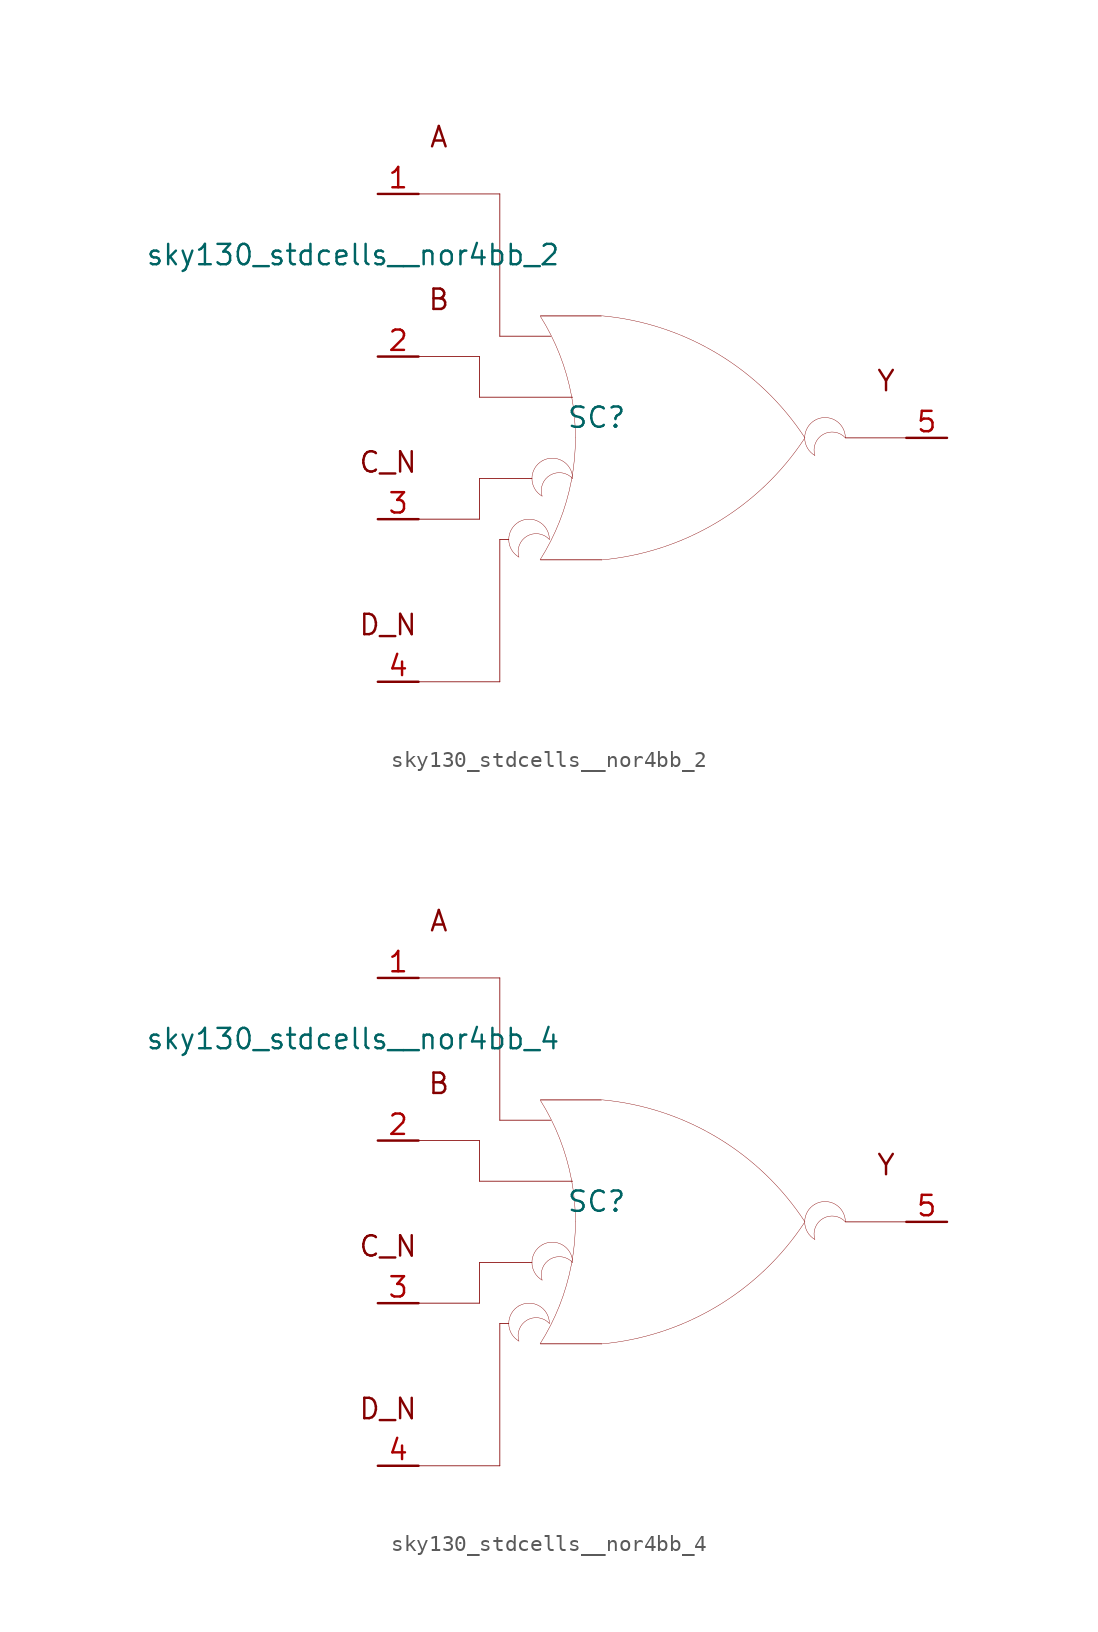
<source format=kicad_sym>
(kicad_symbol_lib
  (version 20211014)
  (generator kicad_symbol_editor)
  (symbol "sky130_stdcells__nor4bb_2"
    (pin_names hide)
    (property "Reference" "SC"
      (at -4.115 1.27 0)
      (effects (font (size 1.27 1.27))))
    (property "Value" "sky130_stdcells__nor4bb_2"
      (at -6.35 11.43 0)
      (effects (font (size 1.27 1.27)) (justify right)))
    (symbol "sky130_stdcells__nor4bb_2_0_0"
      (arc (start -8.9662 -5.2501) (mid -9.6012 -6.35) (end -8.9662 -7.4499) (stroke (width 0.0254) (type default) (color 0 0 0 0)) (fill (type none)))
      (arc (start -7.6405 -7.6142) (mid -6.983 -6.458) (end -6.4362 -5.2456) (stroke (width 0.0254) (type default) (color 0 0 0 0)) (fill (type none)))
      (arc (start -7.5184 -1.4401) (mid -8.1534 -2.54) (end -7.5184 -3.6399) (stroke (width 0.0254) (type default) (color 0 0 0 0)) (fill (type none)))
      (arc (start -7.0612 -6.35) (mid -8.9181 -5.8757) (end -8.9662 -7.4499) (stroke (width 0.0254) (type default) (color 0 0 0 0)) (fill (type none)))
      (arc (start -7.0612 -6.35) (mid -7.6962 -5.2502) (end -8.9662 -5.2501) (stroke (width 0.0254) (type default) (color 0 0 0 0)) (fill (type none)))
      (arc (start -6.4362 -5.2456) (mid -6.0013 -3.9755) (end -5.688 -2.6701) (stroke (width 0.0254) (type default) (color 0 0 0 0)) (fill (type none)))
      (arc (start -6.418 5.1993) (mid -6.9662 6.4248) (end -7.6273 7.5932) (stroke (width 0.0254) (type default) (color 0 0 0 0)) (fill (type none)))
      (arc (start -5.688 -2.6701) (mid -5.4988 -1.341) (end -5.4356 0) (stroke (width 0.0254) (type default) (color 0 0 0 0)) (fill (type none)))
      (arc (start -5.6834 2.6456) (mid -5.9911 3.9396) (end -6.418 5.1993) (stroke (width 0.0254) (type default) (color 0 0 0 0)) (fill (type none)))
      (arc (start -5.6134 -2.54) (mid -7.4703 -2.0657) (end -7.5184 -3.6399) (stroke (width 0.0254) (type default) (color 0 0 0 0)) (fill (type none)))
      (arc (start -5.6134 -2.54) (mid -6.2484 -1.4402) (end -7.5184 -1.4401) (stroke (width 0.0254) (type default) (color 0 0 0 0)) (fill (type none)))
      (arc (start -5.4356 0) (mid -5.4977 1.3286) (end -5.6834 2.6456) (stroke (width 0.0254) (type default) (color 0 0 0 0)) (fill (type none)))
      (arc (start -3.8212 -7.6288) (mid 3.3927 -5.2884) (end 8.8734 -0.0463) (stroke (width 0.0254) (type default) (color 0 0 0 0)) (fill (type none)))
      (polyline (pts (xy -15.24 -15.24) (xy -10.16 -15.24)) (stroke (width 0.051) (type default) (color 0 0 0 0)) (fill (type none)))
      (polyline (pts (xy -15.24 -5.08) (xy -11.43 -5.08)) (stroke (width 0.051) (type default) (color 0 0 0 0)) (fill (type none)))
      (polyline (pts (xy -15.24 5.08) (xy -11.43 5.08)) (stroke (width 0.051) (type default) (color 0 0 0 0)) (fill (type none)))
      (polyline (pts (xy -15.24 15.24) (xy -10.16 15.24)) (stroke (width 0.051) (type default) (color 0 0 0 0)) (fill (type none)))
      (polyline (pts (xy -11.43 -2.54) (xy -11.43 -5.08)) (stroke (width 0.051) (type default) (color 0 0 0 0)) (fill (type none)))
      (polyline (pts (xy -11.43 -2.54) (xy -8.153 -2.54)) (stroke (width 0.051) (type default) (color 0 0 0 0)) (fill (type none)))
      (polyline (pts (xy -11.43 2.54) (xy -5.613 2.54)) (stroke (width 0.051) (type default) (color 0 0 0 0)) (fill (type none)))
      (polyline (pts (xy -11.43 5.08) (xy -11.43 2.54)) (stroke (width 0.051) (type default) (color 0 0 0 0)) (fill (type none)))
      (polyline (pts (xy -10.16 -6.35) (xy -10.16 -15.24)) (stroke (width 0.051) (type default) (color 0 0 0 0)) (fill (type none)))
      (polyline (pts (xy -10.16 -6.35) (xy -9.601 -6.35)) (stroke (width 0.051) (type default) (color 0 0 0 0)) (fill (type none)))
      (polyline (pts (xy -10.16 6.35) (xy -6.985 6.35)) (stroke (width 0.051) (type default) (color 0 0 0 0)) (fill (type none)))
      (polyline (pts (xy -10.16 15.24) (xy -10.16 6.35)) (stroke (width 0.051) (type default) (color 0 0 0 0)) (fill (type none)))
      (polyline (pts (xy -7.62 -7.62) (xy -3.81 -7.62)) (stroke (width 0.051) (type default) (color 0 0 0 0)) (fill (type none)))
      (polyline (pts (xy -7.62 7.62) (xy -3.81 7.62)) (stroke (width 0.051) (type default) (color 0 0 0 0)) (fill (type none)))
      (polyline (pts (xy 11.43 0) (xy 15.24 0)) (stroke (width 0.051) (type default) (color 0 0 0 0)) (fill (type none)))
      (arc (start 8.9061 -0.0034) (mid 3.4437 5.2578) (end -3.762 7.6234) (stroke (width 0.0254) (type default) (color 0 0 0 0)) (fill (type none)))
      (arc (start 9.525 1.0999) (mid 8.89 0) (end 9.525 -1.0999) (stroke (width 0.0254) (type default) (color 0 0 0 0)) (fill (type none)))
      (arc (start 11.43 0) (mid 9.5731 0.4743) (end 9.525 -1.0999) (stroke (width 0.0254) (type default) (color 0 0 0 0)) (fill (type none)))
      (arc (start 11.43 0) (mid 10.795 1.0998) (end 9.525 1.0999) (stroke (width 0.0254) (type default) (color 0 0 0 0)) (fill (type none)))
      (text "A" (at -13.97 18.796 0) (effects (font (size 1.27 1.27))))
      (text "B" (at -13.97 8.636 0) (effects (font (size 1.27 1.27))))
      (text "C_N" (at -17.145 -1.524 0) (effects (font (size 1.27 1.27))))
      (text "D_N" (at -17.145 -11.684 0) (effects (font (size 1.27 1.27))))
      (text "Y" (at 13.97 3.556 0) (effects (font (size 1.27 1.27)))))
    (symbol "sky130_stdcells__nor4bb_2_1_1"
      (pin input line (at -17.78 15.24 0) (length 2.54) (name "A" (effects (font (size 1.092 1.092)))) (number "1" (effects (font (size 1.27 1.27)))))
      (pin input line (at -17.78 5.08 0) (length 2.54) (name "B" (effects (font (size 1.092 1.092)))) (number "2" (effects (font (size 1.27 1.27)))))
      (pin input line (at -17.78 -5.08 0) (length 2.54) (name "C_N" (effects (font (size 1.092 1.092)))) (number "3" (effects (font (size 1.27 1.27)))))
      (pin input line (at -17.78 -15.24 0) (length 2.54) (name "D_N" (effects (font (size 1.092 1.092)))) (number "4" (effects (font (size 1.27 1.27)))))
      (pin output line (at 17.78 0 180) (length 2.54) (name "Y" (effects (font (size 1.092 1.092)))) (number "5" (effects (font (size 1.27 1.27)))))))
  (symbol "sky130_stdcells__nor4bb_4"
    (pin_names hide)
    (property "Reference" "SC"
      (at -4.115 1.27 0)
      (effects (font (size 1.27 1.27))))
    (property "Value" "sky130_stdcells__nor4bb_4"
      (at -6.35 11.43 0)
      (effects (font (size 1.27 1.27)) (justify right)))
    (symbol "sky130_stdcells__nor4bb_4_0_0"
      (arc (start -8.9662 -5.2501) (mid -9.6012 -6.35) (end -8.9662 -7.4499) (stroke (width 0.0254) (type default) (color 0 0 0 0)) (fill (type none)))
      (arc (start -7.6405 -7.6142) (mid -6.983 -6.458) (end -6.4362 -5.2456) (stroke (width 0.0254) (type default) (color 0 0 0 0)) (fill (type none)))
      (arc (start -7.5184 -1.4401) (mid -8.1534 -2.54) (end -7.5184 -3.6399) (stroke (width 0.0254) (type default) (color 0 0 0 0)) (fill (type none)))
      (arc (start -7.0612 -6.35) (mid -8.9181 -5.8757) (end -8.9662 -7.4499) (stroke (width 0.0254) (type default) (color 0 0 0 0)) (fill (type none)))
      (arc (start -7.0612 -6.35) (mid -7.6962 -5.2502) (end -8.9662 -5.2501) (stroke (width 0.0254) (type default) (color 0 0 0 0)) (fill (type none)))
      (arc (start -6.4362 -5.2456) (mid -6.0013 -3.9755) (end -5.688 -2.6701) (stroke (width 0.0254) (type default) (color 0 0 0 0)) (fill (type none)))
      (arc (start -6.418 5.1993) (mid -6.9662 6.4248) (end -7.6273 7.5932) (stroke (width 0.0254) (type default) (color 0 0 0 0)) (fill (type none)))
      (arc (start -5.688 -2.6701) (mid -5.4988 -1.341) (end -5.4356 0) (stroke (width 0.0254) (type default) (color 0 0 0 0)) (fill (type none)))
      (arc (start -5.6834 2.6456) (mid -5.9911 3.9396) (end -6.418 5.1993) (stroke (width 0.0254) (type default) (color 0 0 0 0)) (fill (type none)))
      (arc (start -5.6134 -2.54) (mid -7.4703 -2.0657) (end -7.5184 -3.6399) (stroke (width 0.0254) (type default) (color 0 0 0 0)) (fill (type none)))
      (arc (start -5.6134 -2.54) (mid -6.2484 -1.4402) (end -7.5184 -1.4401) (stroke (width 0.0254) (type default) (color 0 0 0 0)) (fill (type none)))
      (arc (start -5.4356 0) (mid -5.4977 1.3286) (end -5.6834 2.6456) (stroke (width 0.0254) (type default) (color 0 0 0 0)) (fill (type none)))
      (arc (start -3.8212 -7.6288) (mid 3.3927 -5.2884) (end 8.8734 -0.0463) (stroke (width 0.0254) (type default) (color 0 0 0 0)) (fill (type none)))
      (polyline (pts (xy -15.24 -15.24) (xy -10.16 -15.24)) (stroke (width 0.051) (type default) (color 0 0 0 0)) (fill (type none)))
      (polyline (pts (xy -15.24 -5.08) (xy -11.43 -5.08)) (stroke (width 0.051) (type default) (color 0 0 0 0)) (fill (type none)))
      (polyline (pts (xy -15.24 5.08) (xy -11.43 5.08)) (stroke (width 0.051) (type default) (color 0 0 0 0)) (fill (type none)))
      (polyline (pts (xy -15.24 15.24) (xy -10.16 15.24)) (stroke (width 0.051) (type default) (color 0 0 0 0)) (fill (type none)))
      (polyline (pts (xy -11.43 -2.54) (xy -11.43 -5.08)) (stroke (width 0.051) (type default) (color 0 0 0 0)) (fill (type none)))
      (polyline (pts (xy -11.43 -2.54) (xy -8.153 -2.54)) (stroke (width 0.051) (type default) (color 0 0 0 0)) (fill (type none)))
      (polyline (pts (xy -11.43 2.54) (xy -5.613 2.54)) (stroke (width 0.051) (type default) (color 0 0 0 0)) (fill (type none)))
      (polyline (pts (xy -11.43 5.08) (xy -11.43 2.54)) (stroke (width 0.051) (type default) (color 0 0 0 0)) (fill (type none)))
      (polyline (pts (xy -10.16 -6.35) (xy -10.16 -15.24)) (stroke (width 0.051) (type default) (color 0 0 0 0)) (fill (type none)))
      (polyline (pts (xy -10.16 -6.35) (xy -9.601 -6.35)) (stroke (width 0.051) (type default) (color 0 0 0 0)) (fill (type none)))
      (polyline (pts (xy -10.16 6.35) (xy -6.985 6.35)) (stroke (width 0.051) (type default) (color 0 0 0 0)) (fill (type none)))
      (polyline (pts (xy -10.16 15.24) (xy -10.16 6.35)) (stroke (width 0.051) (type default) (color 0 0 0 0)) (fill (type none)))
      (polyline (pts (xy -7.62 -7.62) (xy -3.81 -7.62)) (stroke (width 0.051) (type default) (color 0 0 0 0)) (fill (type none)))
      (polyline (pts (xy -7.62 7.62) (xy -3.81 7.62)) (stroke (width 0.051) (type default) (color 0 0 0 0)) (fill (type none)))
      (polyline (pts (xy 11.43 0) (xy 15.24 0)) (stroke (width 0.051) (type default) (color 0 0 0 0)) (fill (type none)))
      (arc (start 8.9061 -0.0034) (mid 3.4437 5.2578) (end -3.762 7.6234) (stroke (width 0.0254) (type default) (color 0 0 0 0)) (fill (type none)))
      (arc (start 9.525 1.0999) (mid 8.89 0) (end 9.525 -1.0999) (stroke (width 0.0254) (type default) (color 0 0 0 0)) (fill (type none)))
      (arc (start 11.43 0) (mid 9.5731 0.4743) (end 9.525 -1.0999) (stroke (width 0.0254) (type default) (color 0 0 0 0)) (fill (type none)))
      (arc (start 11.43 0) (mid 10.795 1.0998) (end 9.525 1.0999) (stroke (width 0.0254) (type default) (color 0 0 0 0)) (fill (type none)))
      (text "A" (at -13.97 18.796 0) (effects (font (size 1.27 1.27))))
      (text "B" (at -13.97 8.636 0) (effects (font (size 1.27 1.27))))
      (text "C_N" (at -17.145 -1.524 0) (effects (font (size 1.27 1.27))))
      (text "D_N" (at -17.145 -11.684 0) (effects (font (size 1.27 1.27))))
      (text "Y" (at 13.97 3.556 0) (effects (font (size 1.27 1.27)))))
    (symbol "sky130_stdcells__nor4bb_4_1_1"
      (pin input line (at -17.78 15.24 0) (length 2.54) (name "A" (effects (font (size 1.092 1.092)))) (number "1" (effects (font (size 1.27 1.27)))))
      (pin input line (at -17.78 5.08 0) (length 2.54) (name "B" (effects (font (size 1.092 1.092)))) (number "2" (effects (font (size 1.27 1.27)))))
      (pin input line (at -17.78 -5.08 0) (length 2.54) (name "C_N" (effects (font (size 1.092 1.092)))) (number "3" (effects (font (size 1.27 1.27)))))
      (pin input line (at -17.78 -15.24 0) (length 2.54) (name "D_N" (effects (font (size 1.092 1.092)))) (number "4" (effects (font (size 1.27 1.27)))))
      (pin output line (at 17.78 0 180) (length 2.54) (name "Y" (effects (font (size 1.092 1.092)))) (number "5" (effects (font (size 1.27 1.27))))))))
</source>
